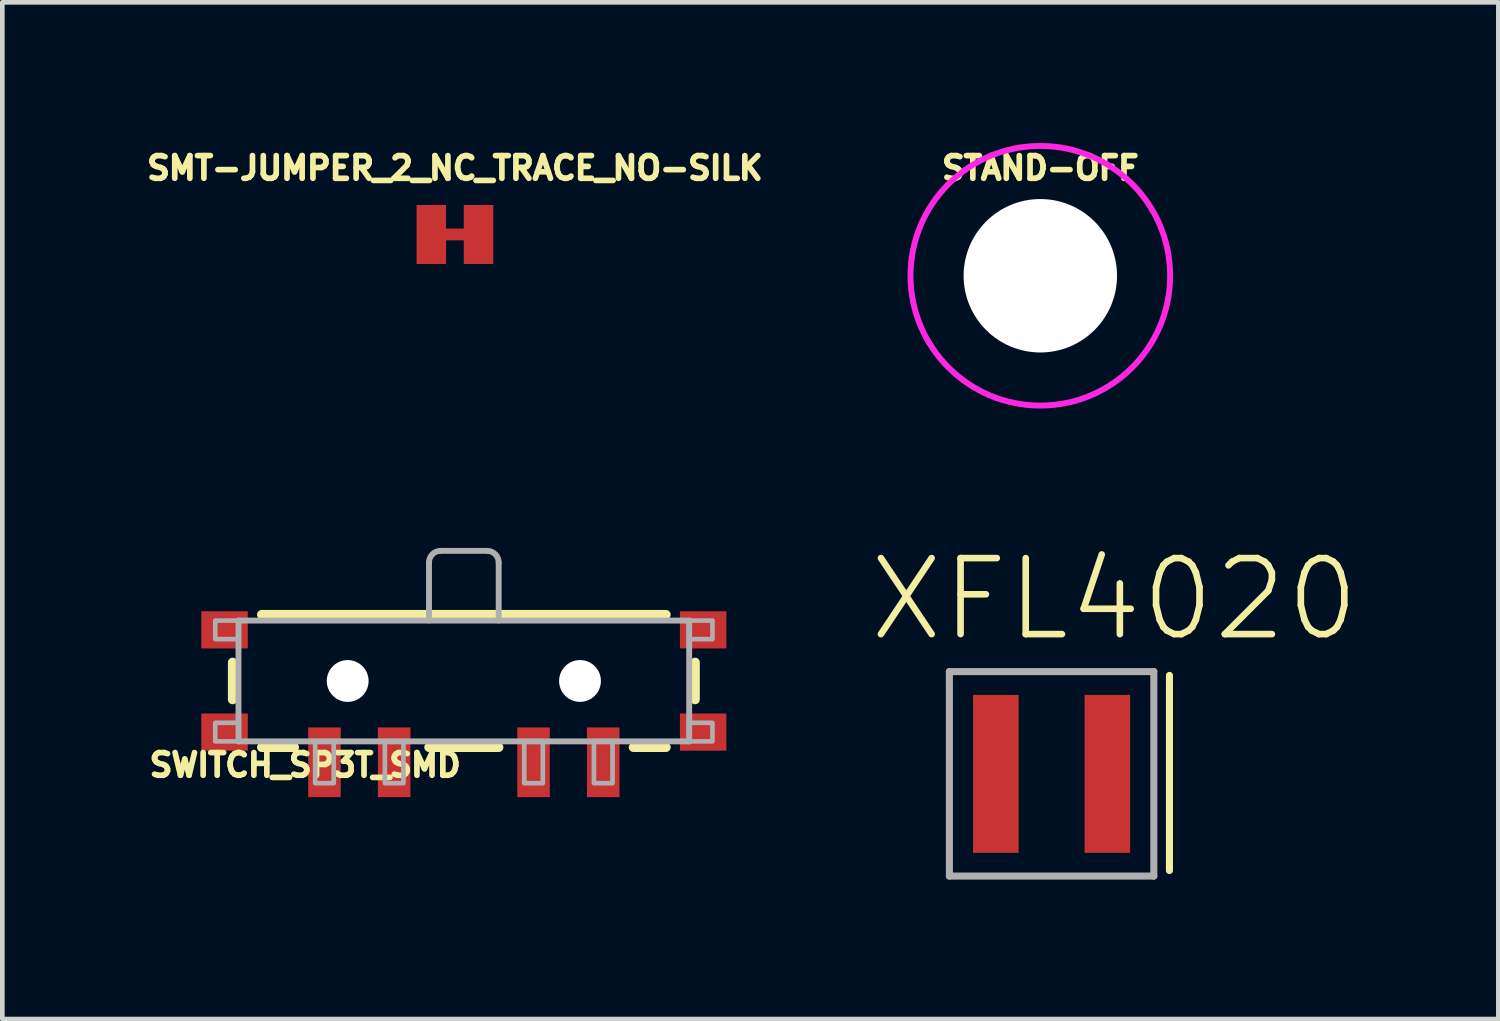
<source format=kicad_pcb>
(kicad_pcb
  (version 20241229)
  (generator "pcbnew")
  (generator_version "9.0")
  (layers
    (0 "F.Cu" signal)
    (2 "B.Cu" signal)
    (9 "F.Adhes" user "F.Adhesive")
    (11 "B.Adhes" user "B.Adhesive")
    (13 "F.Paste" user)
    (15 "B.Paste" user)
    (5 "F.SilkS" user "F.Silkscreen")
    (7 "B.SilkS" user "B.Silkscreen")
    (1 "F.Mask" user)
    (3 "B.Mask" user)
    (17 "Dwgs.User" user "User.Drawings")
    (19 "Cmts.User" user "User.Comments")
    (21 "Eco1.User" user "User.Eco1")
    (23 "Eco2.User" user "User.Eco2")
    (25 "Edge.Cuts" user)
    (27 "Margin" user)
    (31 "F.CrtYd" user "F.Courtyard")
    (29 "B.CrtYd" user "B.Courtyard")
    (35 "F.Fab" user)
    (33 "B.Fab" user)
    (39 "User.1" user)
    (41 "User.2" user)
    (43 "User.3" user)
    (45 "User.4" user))
  (footprint "XFL4020"
    (layer "F.Cu")
    (at 17.383 15.405)
    (property "Reference" "XFL4020" (at -1.8 -4.6 0) (layer "F.SilkS") (effects (font (size 1.636 1.636) (thickness 0.142)) (justify left bottom)))
    (fp_line (start 4.736 0.281) (end 4.736 -3.919) (stroke (width 0.152) (type solid)) (layer "F.SilkS"))
    (fp_line (start 0 -4) (end 4.4 -4) (stroke (width 0.152) (type solid)) (layer "F.Fab"))
    (fp_line (start 0 0.4) (end 0 -4) (stroke (width 0.152) (type solid)) (layer "F.Fab"))
    (fp_line (start 4.4 -4) (end 4.4 0.4) (stroke (width 0.152) (type solid)) (layer "F.Fab"))
    (fp_line (start 4.4 0.4) (end 0 0.4) (stroke (width 0.152) (type solid)) (layer "F.Fab"))
    (pad "P$1" smd rect (at 1 -1.8 90) (size 3.4 0.98) (layers "F.Cu" "F.Mask" "F.Paste"))
    (pad "P$2" smd rect (at 3.4 -1.8 90) (size 3.4 0.98) (layers "F.Cu" "F.Mask" "F.Paste")))
  (footprint "STAND-OFF"
    (layer "F.Cu")
    (at 19.34 2.885)
    (property "Reference" "STAND-OFF" (at 0 -2.032 0) (layer "F.SilkS") (effects (font (size 0.488 0.488) (thickness 0.122)) (justify bottom)))
    (fp_circle (center 0 0) (end 2.794 0) (stroke (width 0.127) (type solid)) (fill no) (layer "F.CrtYd"))
    (pad "" np_thru_hole circle (at 0 0) (size 3.302 3.302) (drill 3.302) (layers "*.Cu" "*.Mask")))
  (footprint "SWITCH_SP3T_SMD"
    (layer "F.Cu")
    (at 6.933 11.606)
    (property "Reference" "SWITCH_SP3T_SMD" (at 0 1.524 0) (layer "F.SilkS") (effects (font (size 0.488 0.488) (thickness 0.122)) (justify right top)))
    (fp_line (start -4.977 0.4) (end -4.977 -0.4) (stroke (width 0.203) (type solid)) (layer "F.SilkS"))
    (fp_line (start -4.35 -1.427) (end 4.35 -1.427) (stroke (width 0.203) (type solid)) (layer "F.SilkS"))
    (fp_line (start -3.65 1.427) (end -4.35 1.427) (stroke (width 0.203) (type solid)) (layer "F.SilkS"))
    (fp_line (start 0.75 1.427) (end -0.75 1.427) (stroke (width 0.203) (type solid)) (layer "F.SilkS"))
    (fp_line (start 4.35 1.427) (end 3.65 1.427) (stroke (width 0.203) (type solid)) (layer "F.SilkS"))
    (fp_line (start 4.977 -0.4) (end 4.977 0.4) (stroke (width 0.203) (type solid)) (layer "F.SilkS"))
    (fp_line (start -4.85 -1.3) (end 4.85 -1.3) (stroke (width 0.127) (type solid)) (layer "F.Fab"))
    (fp_line (start -4.85 1.3) (end -4.85 -1.3) (stroke (width 0.127) (type solid)) (layer "F.Fab"))
    (fp_line (start -0.75 -2.55) (end -0.75 -1.3) (stroke (width 0.127) (type solid)) (layer "F.Fab"))
    (fp_line (start 0.5 -2.8) (end -0.5 -2.8) (stroke (width 0.127) (type solid)) (layer "F.Fab"))
    (fp_line (start 0.75 -1.3) (end 0.75 -2.55) (stroke (width 0.127) (type solid)) (layer "F.Fab"))
    (fp_line (start 4.85 -1.3) (end 4.85 1.3) (stroke (width 0.127) (type solid)) (layer "F.Fab"))
    (fp_line (start 4.85 1.3) (end -4.85 1.3) (stroke (width 0.127) (type solid)) (layer "F.Fab"))
    (fp_arc (start -0.75 -2.55) (mid -0.676777 -2.726777) (end -0.5 -2.8) (stroke (width 0.127) (type solid)) (layer "F.Fab"))
    (fp_arc (start 0.5 -2.8) (mid 0.676777 -2.726777) (end 0.75 -2.55) (stroke (width 0.127) (type solid)) (layer "F.Fab"))
    (fp_poly (pts (xy -4.85 -1.3) (xy -5.35 -1.3) (xy -5.35 -0.9) (xy -4.85 -0.9)) (stroke (width 0.1) (type solid)) (fill no) (layer "F.Fab"))
    (fp_poly (pts (xy -4.85 0.9) (xy -5.35 0.9) (xy -5.35 1.3) (xy -4.85 1.3)) (stroke (width 0.1) (type solid)) (fill no) (layer "F.Fab"))
    (fp_poly (pts (xy -3.2 2.2) (xy -2.8 2.2) (xy -2.8 1.3) (xy -3.2 1.3)) (stroke (width 0.1) (type solid)) (fill no) (layer "F.Fab"))
    (fp_poly (pts (xy -1.7 2.2) (xy -1.3 2.2) (xy -1.3 1.3) (xy -1.7 1.3)) (stroke (width 0.1) (type solid)) (fill no) (layer "F.Fab"))
    (fp_poly (pts (xy 1.3 2.2) (xy 1.7 2.2) (xy 1.7 1.3) (xy 1.3 1.3)) (stroke (width 0.1) (type solid)) (fill no) (layer "F.Fab"))
    (fp_poly (pts (xy 2.8 2.2) (xy 3.2 2.2) (xy 3.2 1.3) (xy 2.8 1.3)) (stroke (width 0.1) (type solid)) (fill no) (layer "F.Fab"))
    (fp_poly (pts (xy 4.85 -0.9) (xy 5.35 -0.9) (xy 5.35 -1.3) (xy 4.85 -1.3)) (stroke (width 0.1) (type solid)) (fill no) (layer "F.Fab"))
    (fp_poly (pts (xy 4.85 1.3) (xy 5.35 1.3) (xy 5.35 0.9) (xy 4.85 0.9)) (stroke (width 0.1) (type solid)) (fill no) (layer "F.Fab"))
    (pad "" np_thru_hole circle (at -2.5 0) (size 0.9 0.9) (drill 0.9) (layers "*.Cu" "*.Mask"))
    (pad "" np_thru_hole circle (at 2.5 0) (size 0.9 0.9) (drill 0.9) (layers "*.Cu" "*.Mask"))
    (pad "1" smd rect (at 3 1.75 180) (size 0.7 1.5) (layers "F.Cu" "F.Mask" "F.Paste"))
    (pad "2" smd rect (at 1.5 1.75 180) (size 0.7 1.5) (layers "F.Cu" "F.Mask" "F.Paste"))
    (pad "3" smd rect (at -1.5 1.75 180) (size 0.7 1.5) (layers "F.Cu" "F.Mask" "F.Paste"))
    (pad "4" smd rect (at -3 1.75 180) (size 0.7 1.5) (layers "F.Cu" "F.Mask" "F.Paste"))
    (pad "P$1" smd rect (at -5.15 1.1 180) (size 1 0.8) (layers "F.Cu" "F.Mask" "F.Paste"))
    (pad "P$2" smd rect (at -5.15 -1.1 180) (size 1 0.8) (layers "F.Cu" "F.Mask" "F.Paste"))
    (pad "P$3" smd rect (at 5.15 -1.1 180) (size 1 0.8) (layers "F.Cu" "F.Mask" "F.Paste"))
    (pad "P$4" smd rect (at 5.15 1.1 180) (size 1 0.8) (layers "F.Cu" "F.Mask" "F.Paste")))
  (footprint "SMT-JUMPER_2_NC_TRACE_NO-SILK"
    (layer "F.Cu")
    (at 6.741 1.996)
    (property "Reference" "SMT-JUMPER_2_NC_TRACE_NO-SILK" (at 0 -1.143 0) (layer "F.SilkS") (effects (font (size 0.488 0.488) (thickness 0.122)) (justify bottom)))
    (fp_poly (pts (xy -0.203 0.127) (xy 0.203 0.127) (xy 0.203 -0.127) (xy -0.203 -0.127)) (stroke (width 0) (type solid)) (fill yes) (layer "F.Cu"))
    (fp_poly (pts (xy 0.254 0.191) (xy -0.254 0.191) (xy -0.254 -0.191) (xy 0.254 -0.191)) (stroke (width 0) (type solid)) (fill yes) (layer "F.Mask"))
    (pad "1" smd rect (at -0.508 0) (size 0.635 1.27) (layers "F.Cu" "F.Mask"))
    (pad "2" smd rect (at 0.508 0) (size 0.635 1.27) (layers "F.Cu" "F.Mask")))
  (gr_rect
    (start -3 -3)
    (end 29.198 18.882)
    (stroke (width 0.1) (type default))
    (fill no)
    (layer "Edge.Cuts")))
</source>
